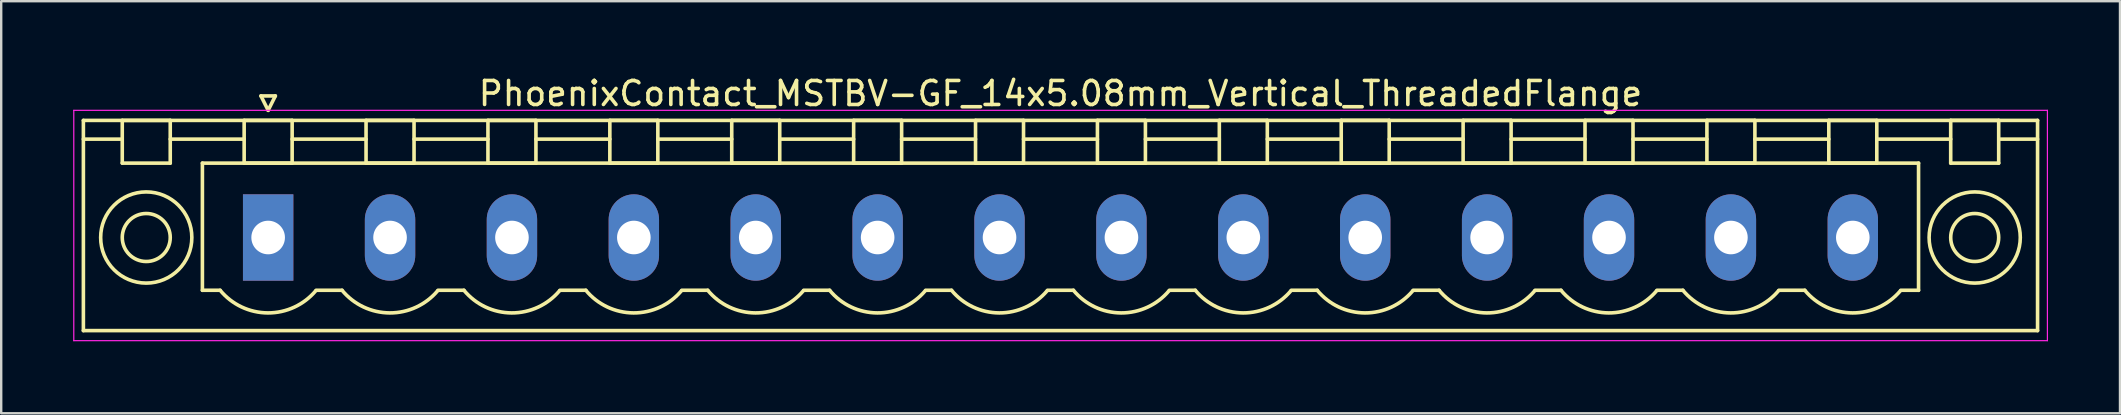
<source format=kicad_pcb>
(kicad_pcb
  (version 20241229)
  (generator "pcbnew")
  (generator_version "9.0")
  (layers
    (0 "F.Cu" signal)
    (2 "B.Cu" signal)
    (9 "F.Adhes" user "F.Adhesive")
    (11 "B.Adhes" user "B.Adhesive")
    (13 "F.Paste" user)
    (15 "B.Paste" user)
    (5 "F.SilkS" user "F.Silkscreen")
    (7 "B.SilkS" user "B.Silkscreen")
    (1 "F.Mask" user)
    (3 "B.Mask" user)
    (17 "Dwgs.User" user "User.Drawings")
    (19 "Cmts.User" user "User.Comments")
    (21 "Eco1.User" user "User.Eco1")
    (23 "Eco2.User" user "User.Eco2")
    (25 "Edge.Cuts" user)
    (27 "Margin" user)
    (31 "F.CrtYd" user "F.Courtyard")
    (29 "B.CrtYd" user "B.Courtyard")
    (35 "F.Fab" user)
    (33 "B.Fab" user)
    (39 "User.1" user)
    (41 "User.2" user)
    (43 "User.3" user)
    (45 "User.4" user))
  (footprint "PhoenixContact_MSTBV-GF_14x5.08mm_Vertical_ThreadedFlange"
    (layer "F.Cu")
    (at 8.125 6.848)
    (property "Reference" "PhoenixContact_MSTBV-GF_14x5.08mm_Vertical_ThreadedFlange" (at 33.02 -6 0) (layer "F.SilkS") (effects (font (size 1 1) (thickness 0.15))))
    (attr through_hole)
    (fp_line (start -7.7 -4.88) (end -7.7 3.88) (stroke (width 0.15) (type solid)) (layer "F.SilkS"))
    (fp_line (start -7.7 -4.1) (end -6.16 -4.1) (stroke (width 0.15) (type solid)) (layer "F.SilkS"))
    (fp_line (start -7.7 3.88) (end 73.74 3.88) (stroke (width 0.15) (type solid)) (layer "F.SilkS"))
    (fp_line (start -6.08 -4.88) (end -4.08 -4.88) (stroke (width 0.15) (type solid)) (layer "F.SilkS"))
    (fp_line (start -6.08 -3.1) (end -6.08 -4.88) (stroke (width 0.15) (type solid)) (layer "F.SilkS"))
    (fp_line (start -4.08 -4.88) (end -4.08 -3.1) (stroke (width 0.15) (type solid)) (layer "F.SilkS"))
    (fp_line (start -4.08 -4.1) (end -1 -4.1) (stroke (width 0.15) (type solid)) (layer "F.SilkS"))
    (fp_line (start -4.08 -3.1) (end -6.08 -3.1) (stroke (width 0.15) (type solid)) (layer "F.SilkS"))
    (fp_line (start -2.74 -3.1) (end 68.78 -3.1) (stroke (width 0.15) (type solid)) (layer "F.SilkS"))
    (fp_line (start -2.74 2.2) (end -2.74 -3.1) (stroke (width 0.15) (type solid)) (layer "F.SilkS"))
    (fp_line (start -2 2.2) (end -2.74 2.2) (stroke (width 0.15) (type solid)) (layer "F.SilkS"))
    (fp_line (start -1 -4.88) (end 1 -4.88) (stroke (width 0.15) (type solid)) (layer "F.SilkS"))
    (fp_line (start -1 -3.1) (end -1 -4.88) (stroke (width 0.15) (type solid)) (layer "F.SilkS"))
    (fp_line (start -0.3 -5.9) (end 0 -5.3) (stroke (width 0.15) (type solid)) (layer "F.SilkS"))
    (fp_line (start 0 -5.3) (end 0.3 -5.9) (stroke (width 0.15) (type solid)) (layer "F.SilkS"))
    (fp_line (start 0.3 -5.9) (end -0.3 -5.9) (stroke (width 0.15) (type solid)) (layer "F.SilkS"))
    (fp_line (start 1 -4.88) (end 1 -3.1) (stroke (width 0.15) (type solid)) (layer "F.SilkS"))
    (fp_line (start 1 -4.1) (end 4.08 -4.1) (stroke (width 0.15) (type solid)) (layer "F.SilkS"))
    (fp_line (start 1 -3.1) (end -1 -3.1) (stroke (width 0.15) (type solid)) (layer "F.SilkS"))
    (fp_line (start 2 2.2) (end 3.08 2.2) (stroke (width 0.15) (type solid)) (layer "F.SilkS"))
    (fp_line (start 4.08 -4.88) (end 6.08 -4.88) (stroke (width 0.15) (type solid)) (layer "F.SilkS"))
    (fp_line (start 4.08 -3.1) (end 4.08 -4.88) (stroke (width 0.15) (type solid)) (layer "F.SilkS"))
    (fp_line (start 6.08 -4.88) (end 6.08 -3.1) (stroke (width 0.15) (type solid)) (layer "F.SilkS"))
    (fp_line (start 6.08 -4.1) (end 9.16 -4.1) (stroke (width 0.15) (type solid)) (layer "F.SilkS"))
    (fp_line (start 6.08 -3.1) (end 4.08 -3.1) (stroke (width 0.15) (type solid)) (layer "F.SilkS"))
    (fp_line (start 7.08 2.2) (end 8.16 2.2) (stroke (width 0.15) (type solid)) (layer "F.SilkS"))
    (fp_line (start 9.16 -4.88) (end 11.16 -4.88) (stroke (width 0.15) (type solid)) (layer "F.SilkS"))
    (fp_line (start 9.16 -3.1) (end 9.16 -4.88) (stroke (width 0.15) (type solid)) (layer "F.SilkS"))
    (fp_line (start 11.16 -4.88) (end 11.16 -3.1) (stroke (width 0.15) (type solid)) (layer "F.SilkS"))
    (fp_line (start 11.16 -4.1) (end 14.24 -4.1) (stroke (width 0.15) (type solid)) (layer "F.SilkS"))
    (fp_line (start 11.16 -3.1) (end 9.16 -3.1) (stroke (width 0.15) (type solid)) (layer "F.SilkS"))
    (fp_line (start 12.16 2.2) (end 13.24 2.2) (stroke (width 0.15) (type solid)) (layer "F.SilkS"))
    (fp_line (start 14.24 -4.88) (end 16.24 -4.88) (stroke (width 0.15) (type solid)) (layer "F.SilkS"))
    (fp_line (start 14.24 -3.1) (end 14.24 -4.88) (stroke (width 0.15) (type solid)) (layer "F.SilkS"))
    (fp_line (start 16.24 -4.88) (end 16.24 -3.1) (stroke (width 0.15) (type solid)) (layer "F.SilkS"))
    (fp_line (start 16.24 -4.1) (end 19.32 -4.1) (stroke (width 0.15) (type solid)) (layer "F.SilkS"))
    (fp_line (start 16.24 -3.1) (end 14.24 -3.1) (stroke (width 0.15) (type solid)) (layer "F.SilkS"))
    (fp_line (start 17.24 2.2) (end 18.32 2.2) (stroke (width 0.15) (type solid)) (layer "F.SilkS"))
    (fp_line (start 19.32 -4.88) (end 21.32 -4.88) (stroke (width 0.15) (type solid)) (layer "F.SilkS"))
    (fp_line (start 19.32 -3.1) (end 19.32 -4.88) (stroke (width 0.15) (type solid)) (layer "F.SilkS"))
    (fp_line (start 21.32 -4.88) (end 21.32 -3.1) (stroke (width 0.15) (type solid)) (layer "F.SilkS"))
    (fp_line (start 21.32 -4.1) (end 24.4 -4.1) (stroke (width 0.15) (type solid)) (layer "F.SilkS"))
    (fp_line (start 21.32 -3.1) (end 19.32 -3.1) (stroke (width 0.15) (type solid)) (layer "F.SilkS"))
    (fp_line (start 22.32 2.2) (end 23.4 2.2) (stroke (width 0.15) (type solid)) (layer "F.SilkS"))
    (fp_line (start 24.4 -4.88) (end 26.4 -4.88) (stroke (width 0.15) (type solid)) (layer "F.SilkS"))
    (fp_line (start 24.4 -3.1) (end 24.4 -4.88) (stroke (width 0.15) (type solid)) (layer "F.SilkS"))
    (fp_line (start 26.4 -4.88) (end 26.4 -3.1) (stroke (width 0.15) (type solid)) (layer "F.SilkS"))
    (fp_line (start 26.4 -4.1) (end 29.48 -4.1) (stroke (width 0.15) (type solid)) (layer "F.SilkS"))
    (fp_line (start 26.4 -3.1) (end 24.4 -3.1) (stroke (width 0.15) (type solid)) (layer "F.SilkS"))
    (fp_line (start 27.4 2.2) (end 28.48 2.2) (stroke (width 0.15) (type solid)) (layer "F.SilkS"))
    (fp_line (start 29.48 -4.88) (end 31.48 -4.88) (stroke (width 0.15) (type solid)) (layer "F.SilkS"))
    (fp_line (start 29.48 -3.1) (end 29.48 -4.88) (stroke (width 0.15) (type solid)) (layer "F.SilkS"))
    (fp_line (start 31.48 -4.88) (end 31.48 -3.1) (stroke (width 0.15) (type solid)) (layer "F.SilkS"))
    (fp_line (start 31.48 -4.1) (end 34.56 -4.1) (stroke (width 0.15) (type solid)) (layer "F.SilkS"))
    (fp_line (start 31.48 -3.1) (end 29.48 -3.1) (stroke (width 0.15) (type solid)) (layer "F.SilkS"))
    (fp_line (start 32.48 2.2) (end 33.56 2.2) (stroke (width 0.15) (type solid)) (layer "F.SilkS"))
    (fp_line (start 34.56 -4.88) (end 36.56 -4.88) (stroke (width 0.15) (type solid)) (layer "F.SilkS"))
    (fp_line (start 34.56 -3.1) (end 34.56 -4.88) (stroke (width 0.15) (type solid)) (layer "F.SilkS"))
    (fp_line (start 36.56 -4.88) (end 36.56 -3.1) (stroke (width 0.15) (type solid)) (layer "F.SilkS"))
    (fp_line (start 36.56 -4.1) (end 39.64 -4.1) (stroke (width 0.15) (type solid)) (layer "F.SilkS"))
    (fp_line (start 36.56 -3.1) (end 34.56 -3.1) (stroke (width 0.15) (type solid)) (layer "F.SilkS"))
    (fp_line (start 37.56 2.2) (end 38.64 2.2) (stroke (width 0.15) (type solid)) (layer "F.SilkS"))
    (fp_line (start 39.64 -4.88) (end 41.64 -4.88) (stroke (width 0.15) (type solid)) (layer "F.SilkS"))
    (fp_line (start 39.64 -3.1) (end 39.64 -4.88) (stroke (width 0.15) (type solid)) (layer "F.SilkS"))
    (fp_line (start 41.64 -4.88) (end 41.64 -3.1) (stroke (width 0.15) (type solid)) (layer "F.SilkS"))
    (fp_line (start 41.64 -4.1) (end 44.72 -4.1) (stroke (width 0.15) (type solid)) (layer "F.SilkS"))
    (fp_line (start 41.64 -3.1) (end 39.64 -3.1) (stroke (width 0.15) (type solid)) (layer "F.SilkS"))
    (fp_line (start 42.64 2.2) (end 43.72 2.2) (stroke (width 0.15) (type solid)) (layer "F.SilkS"))
    (fp_line (start 44.72 -4.88) (end 46.72 -4.88) (stroke (width 0.15) (type solid)) (layer "F.SilkS"))
    (fp_line (start 44.72 -3.1) (end 44.72 -4.88) (stroke (width 0.15) (type solid)) (layer "F.SilkS"))
    (fp_line (start 46.72 -4.88) (end 46.72 -3.1) (stroke (width 0.15) (type solid)) (layer "F.SilkS"))
    (fp_line (start 46.72 -4.1) (end 49.8 -4.1) (stroke (width 0.15) (type solid)) (layer "F.SilkS"))
    (fp_line (start 46.72 -3.1) (end 44.72 -3.1) (stroke (width 0.15) (type solid)) (layer "F.SilkS"))
    (fp_line (start 47.72 2.2) (end 48.8 2.2) (stroke (width 0.15) (type solid)) (layer "F.SilkS"))
    (fp_line (start 49.8 -4.88) (end 51.8 -4.88) (stroke (width 0.15) (type solid)) (layer "F.SilkS"))
    (fp_line (start 49.8 -3.1) (end 49.8 -4.88) (stroke (width 0.15) (type solid)) (layer "F.SilkS"))
    (fp_line (start 51.8 -4.88) (end 51.8 -3.1) (stroke (width 0.15) (type solid)) (layer "F.SilkS"))
    (fp_line (start 51.8 -4.1) (end 54.88 -4.1) (stroke (width 0.15) (type solid)) (layer "F.SilkS"))
    (fp_line (start 51.8 -3.1) (end 49.8 -3.1) (stroke (width 0.15) (type solid)) (layer "F.SilkS"))
    (fp_line (start 52.8 2.2) (end 53.88 2.2) (stroke (width 0.15) (type solid)) (layer "F.SilkS"))
    (fp_line (start 54.88 -4.88) (end 56.88 -4.88) (stroke (width 0.15) (type solid)) (layer "F.SilkS"))
    (fp_line (start 54.88 -3.1) (end 54.88 -4.88) (stroke (width 0.15) (type solid)) (layer "F.SilkS"))
    (fp_line (start 56.88 -4.88) (end 56.88 -3.1) (stroke (width 0.15) (type solid)) (layer "F.SilkS"))
    (fp_line (start 56.88 -4.1) (end 59.96 -4.1) (stroke (width 0.15) (type solid)) (layer "F.SilkS"))
    (fp_line (start 56.88 -3.1) (end 54.88 -3.1) (stroke (width 0.15) (type solid)) (layer "F.SilkS"))
    (fp_line (start 57.88 2.2) (end 58.96 2.2) (stroke (width 0.15) (type solid)) (layer "F.SilkS"))
    (fp_line (start 59.96 -4.88) (end 61.96 -4.88) (stroke (width 0.15) (type solid)) (layer "F.SilkS"))
    (fp_line (start 59.96 -3.1) (end 59.96 -4.88) (stroke (width 0.15) (type solid)) (layer "F.SilkS"))
    (fp_line (start 61.96 -4.88) (end 61.96 -3.1) (stroke (width 0.15) (type solid)) (layer "F.SilkS"))
    (fp_line (start 61.96 -4.1) (end 65.04 -4.1) (stroke (width 0.15) (type solid)) (layer "F.SilkS"))
    (fp_line (start 61.96 -3.1) (end 59.96 -3.1) (stroke (width 0.15) (type solid)) (layer "F.SilkS"))
    (fp_line (start 62.96 2.2) (end 64.04 2.2) (stroke (width 0.15) (type solid)) (layer "F.SilkS"))
    (fp_line (start 65.04 -4.88) (end 67.04 -4.88) (stroke (width 0.15) (type solid)) (layer "F.SilkS"))
    (fp_line (start 65.04 -3.1) (end 65.04 -4.88) (stroke (width 0.15) (type solid)) (layer "F.SilkS"))
    (fp_line (start 67.04 -4.88) (end 67.04 -3.1) (stroke (width 0.15) (type solid)) (layer "F.SilkS"))
    (fp_line (start 67.04 -4.1) (end 70.12 -4.1) (stroke (width 0.15) (type solid)) (layer "F.SilkS"))
    (fp_line (start 67.04 -3.1) (end 65.04 -3.1) (stroke (width 0.15) (type solid)) (layer "F.SilkS"))
    (fp_line (start 68.78 -3.1) (end 68.78 2.2) (stroke (width 0.15) (type solid)) (layer "F.SilkS"))
    (fp_line (start 68.78 2.2) (end 68.04 2.2) (stroke (width 0.15) (type solid)) (layer "F.SilkS"))
    (fp_line (start 70.12 -4.88) (end 72.12 -4.88) (stroke (width 0.15) (type solid)) (layer "F.SilkS"))
    (fp_line (start 70.12 -3.1) (end 70.12 -4.88) (stroke (width 0.15) (type solid)) (layer "F.SilkS"))
    (fp_line (start 72.12 -4.88) (end 72.12 -3.1) (stroke (width 0.15) (type solid)) (layer "F.SilkS"))
    (fp_line (start 72.12 -3.1) (end 70.12 -3.1) (stroke (width 0.15) (type solid)) (layer "F.SilkS"))
    (fp_line (start 73.74 -4.88) (end -7.7 -4.88) (stroke (width 0.15) (type solid)) (layer "F.SilkS"))
    (fp_line (start 73.74 -4.1) (end 72.2 -4.1) (stroke (width 0.15) (type solid)) (layer "F.SilkS"))
    (fp_line (start 73.74 3.88) (end 73.74 -4.88) (stroke (width 0.15) (type solid)) (layer "F.SilkS"))
    (fp_arc (start 1.986842 2.215821) (mid -0.010289 3.142758) (end -2 2.2) (stroke (width 0.15) (type solid)) (layer "F.SilkS"))
    (fp_arc (start 7.066842 2.215821) (mid 5.069711 3.142758) (end 3.08 2.2) (stroke (width 0.15) (type solid)) (layer "F.SilkS"))
    (fp_arc (start 12.146842 2.215821) (mid 10.149711 3.142758) (end 8.16 2.2) (stroke (width 0.15) (type solid)) (layer "F.SilkS"))
    (fp_arc (start 17.226842 2.215821) (mid 15.229711 3.142758) (end 13.24 2.2) (stroke (width 0.15) (type solid)) (layer "F.SilkS"))
    (fp_arc (start 22.306842 2.215821) (mid 20.309711 3.142758) (end 18.32 2.2) (stroke (width 0.15) (type solid)) (layer "F.SilkS"))
    (fp_arc (start 27.386842 2.215821) (mid 25.389711 3.142758) (end 23.4 2.2) (stroke (width 0.15) (type solid)) (layer "F.SilkS"))
    (fp_arc (start 32.466842 2.215821) (mid 30.469711 3.142758) (end 28.48 2.2) (stroke (width 0.15) (type solid)) (layer "F.SilkS"))
    (fp_arc (start 37.546842 2.215821) (mid 35.549711 3.142758) (end 33.56 2.2) (stroke (width 0.15) (type solid)) (layer "F.SilkS"))
    (fp_arc (start 42.626842 2.215821) (mid 40.629711 3.142758) (end 38.64 2.2) (stroke (width 0.15) (type solid)) (layer "F.SilkS"))
    (fp_arc (start 47.706842 2.215821) (mid 45.709711 3.142758) (end 43.72 2.2) (stroke (width 0.15) (type solid)) (layer "F.SilkS"))
    (fp_arc (start 52.786842 2.215821) (mid 50.789711 3.142758) (end 48.8 2.2) (stroke (width 0.15) (type solid)) (layer "F.SilkS"))
    (fp_arc (start 57.866842 2.215821) (mid 55.869711 3.142758) (end 53.88 2.2) (stroke (width 0.15) (type solid)) (layer "F.SilkS"))
    (fp_arc (start 62.946842 2.215821) (mid 60.949711 3.142758) (end 58.96 2.2) (stroke (width 0.15) (type solid)) (layer "F.SilkS"))
    (fp_arc (start 68.026842 2.215821) (mid 66.029711 3.142758) (end 64.04 2.2) (stroke (width 0.15) (type solid)) (layer "F.SilkS"))
    (fp_circle (center -5.08 0) (end -4.08 0) (stroke (width 0.15) (type solid)) (fill no) (layer "F.SilkS"))
    (fp_circle (center -5.08 0) (end -3.18 0) (stroke (width 0.15) (type solid)) (fill no) (layer "F.SilkS"))
    (fp_circle (center 71.12 0) (end 72.12 0) (stroke (width 0.15) (type solid)) (fill no) (layer "F.SilkS"))
    (fp_circle (center 71.12 0) (end 73.02 0) (stroke (width 0.15) (type solid)) (fill no) (layer "F.SilkS"))
    (fp_line (start -8.1 -5.3) (end -8.1 4.3) (stroke (width 0.05) (type solid)) (layer "F.CrtYd"))
    (fp_line (start -8.1 4.3) (end 74.15 4.3) (stroke (width 0.05) (type solid)) (layer "F.CrtYd"))
    (fp_line (start 74.15 -5.3) (end -8.1 -5.3) (stroke (width 0.05) (type solid)) (layer "F.CrtYd"))
    (fp_line (start 74.15 4.3) (end 74.15 -5.3) (stroke (width 0.05) (type solid)) (layer "F.CrtYd"))
    (pad "1" thru_hole rect (at 0 0) (size 2.1 3.6) (drill 1.4) (layers "*.Cu" "*.Mask"))
    (pad "2" thru_hole oval (at 5.08 0) (size 2.1 3.6) (drill 1.4) (layers "*.Cu" "*.Mask"))
    (pad "3" thru_hole oval (at 10.16 0) (size 2.1 3.6) (drill 1.4) (layers "*.Cu" "*.Mask"))
    (pad "4" thru_hole oval (at 15.24 0) (size 2.1 3.6) (drill 1.4) (layers "*.Cu" "*.Mask"))
    (pad "5" thru_hole oval (at 20.32 0) (size 2.1 3.6) (drill 1.4) (layers "*.Cu" "*.Mask"))
    (pad "6" thru_hole oval (at 25.4 0) (size 2.1 3.6) (drill 1.4) (layers "*.Cu" "*.Mask"))
    (pad "7" thru_hole oval (at 30.48 0) (size 2.1 3.6) (drill 1.4) (layers "*.Cu" "*.Mask"))
    (pad "8" thru_hole oval (at 35.56 0) (size 2.1 3.6) (drill 1.4) (layers "*.Cu" "*.Mask"))
    (pad "9" thru_hole oval (at 40.64 0) (size 2.1 3.6) (drill 1.4) (layers "*.Cu" "*.Mask"))
    (pad "10" thru_hole oval (at 45.72 0) (size 2.1 3.6) (drill 1.4) (layers "*.Cu" "*.Mask"))
    (pad "11" thru_hole oval (at 50.8 0) (size 2.1 3.6) (drill 1.4) (layers "*.Cu" "*.Mask"))
    (pad "12" thru_hole oval (at 55.88 0) (size 2.1 3.6) (drill 1.4) (layers "*.Cu" "*.Mask"))
    (pad "13" thru_hole oval (at 60.96 0) (size 2.1 3.6) (drill 1.4) (layers "*.Cu" "*.Mask"))
    (pad "14" thru_hole oval (at 66.04 0) (size 2.1 3.6) (drill 1.4) (layers "*.Cu" "*.Mask")))
  (gr_rect
    (start -3 -3)
    (end 85.3 14.173)
    (stroke (width 0.1) (type default))
    (fill no)
    (layer "Edge.Cuts")))
</source>
